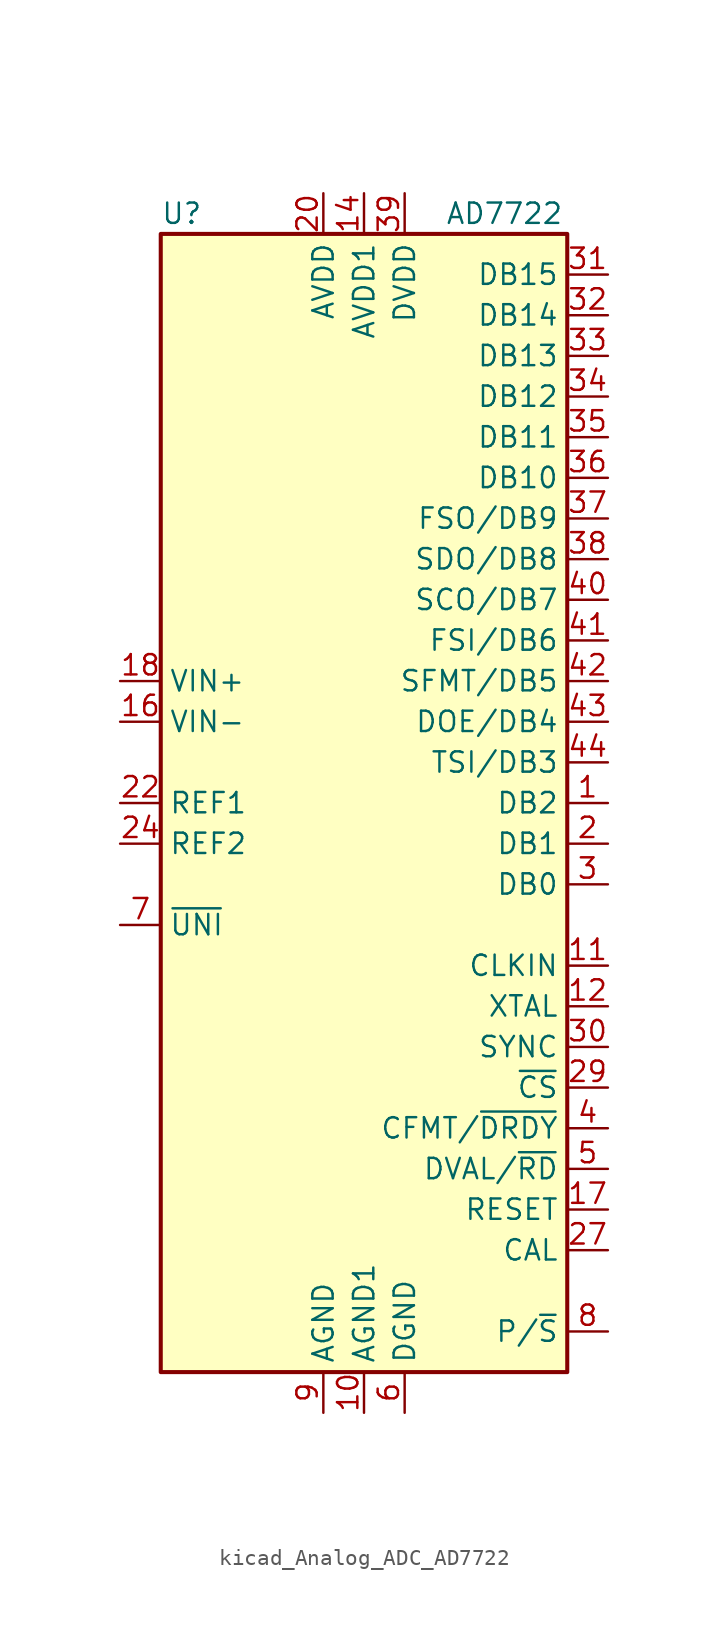
<source format=kicad_sym>
(kicad_symbol_lib
  (version 20220914)
  (generator kicad_symbol_editor)
  (symbol "kicad_Analog_ADC_AD7722"
    (property "Reference" "U"
      (at -12.7 36.83 0)
      (effects (font (size 1.27 1.27)) (justify left)))
    (property "Value" "AD7722"
      (at 5.08 36.83 0)
      (effects (font (size 1.27 1.27)) (justify left)))
    (symbol "kicad_Analog_ADC_AD7722_0_1"
      (rectangle (start -12.7 35.56) (end 12.7 -35.56) (stroke (width 0.254) (type default)) (fill (type background))))
    (symbol "kicad_Analog_ADC_AD7722_1_1"
      (pin input line (at 15.24 0 180) (length 2.54) (name "DB2" (effects (font (size 1.27 1.27)))) (number "1" (effects (font (size 1.27 1.27)))))
      (pin power_in line (at 0 -38.1 90) (length 2.54) (name "AGND1" (effects (font (size 1.27 1.27)))) (number "10" (effects (font (size 1.27 1.27)))))
      (pin input line (at 15.24 -10.16 180) (length 2.54) (name "CLKIN" (effects (font (size 1.27 1.27)))) (number "11" (effects (font (size 1.27 1.27)))))
      (pin output line (at 15.24 -12.7 180) (length 2.54) (name "XTAL" (effects (font (size 1.27 1.27)))) (number "12" (effects (font (size 1.27 1.27)))))
      (pin passive line (at -2.54 -38.1 90) (length 2.54) hide (name "AGND" (effects (font (size 1.27 1.27)))) (number "13" (effects (font (size 1.27 1.27)))))
      (pin power_in line (at 0 38.1 270) (length 2.54) (name "AVDD1" (effects (font (size 1.27 1.27)))) (number "14" (effects (font (size 1.27 1.27)))))
      (pin passive line (at -2.54 -38.1 90) (length 2.54) hide (name "AGND" (effects (font (size 1.27 1.27)))) (number "15" (effects (font (size 1.27 1.27)))))
      (pin input line (at -15.24 5.08 0) (length 2.54) (name "VIN-" (effects (font (size 1.27 1.27)))) (number "16" (effects (font (size 1.27 1.27)))))
      (pin input line (at 15.24 -25.4 180) (length 2.54) (name "RESET" (effects (font (size 1.27 1.27)))) (number "17" (effects (font (size 1.27 1.27)))))
      (pin input line (at -15.24 7.62 0) (length 2.54) (name "VIN+" (effects (font (size 1.27 1.27)))) (number "18" (effects (font (size 1.27 1.27)))))
      (pin passive line (at -2.54 -38.1 90) (length 2.54) hide (name "AGND" (effects (font (size 1.27 1.27)))) (number "19" (effects (font (size 1.27 1.27)))))
      (pin input line (at 15.24 -2.54 180) (length 2.54) (name "DB1" (effects (font (size 1.27 1.27)))) (number "2" (effects (font (size 1.27 1.27)))))
      (pin power_in line (at -2.54 38.1 270) (length 2.54) (name "AVDD" (effects (font (size 1.27 1.27)))) (number "20" (effects (font (size 1.27 1.27)))))
      (pin passive line (at -2.54 -38.1 90) (length 2.54) hide (name "AGND" (effects (font (size 1.27 1.27)))) (number "21" (effects (font (size 1.27 1.27)))))
      (pin power_out line (at -15.24 0 0) (length 2.54) (name "REF1" (effects (font (size 1.27 1.27)))) (number "22" (effects (font (size 1.27 1.27)))))
      (pin passive line (at -2.54 38.1 270) (length 2.54) hide (name "AVDD" (effects (font (size 1.27 1.27)))) (number "23" (effects (font (size 1.27 1.27)))))
      (pin power_out line (at -15.24 -2.54 0) (length 2.54) (name "REF2" (effects (font (size 1.27 1.27)))) (number "24" (effects (font (size 1.27 1.27)))))
      (pin passive line (at -2.54 -38.1 90) (length 2.54) hide (name "AGND" (effects (font (size 1.27 1.27)))) (number "25" (effects (font (size 1.27 1.27)))))
      (pin passive line (at -2.54 -38.1 90) (length 2.54) hide (name "AGND" (effects (font (size 1.27 1.27)))) (number "26" (effects (font (size 1.27 1.27)))))
      (pin input line (at 15.24 -27.94 180) (length 2.54) (name "CAL" (effects (font (size 1.27 1.27)))) (number "27" (effects (font (size 1.27 1.27)))))
      (pin passive line (at 2.54 -38.1 90) (length 2.54) hide (name "DGND" (effects (font (size 1.27 1.27)))) (number "28" (effects (font (size 1.27 1.27)))))
      (pin input line (at 15.24 -17.78 180) (length 2.54) (name "~{CS}" (effects (font (size 1.27 1.27)))) (number "29" (effects (font (size 1.27 1.27)))))
      (pin input line (at 15.24 -5.08 180) (length 2.54) (name "DB0" (effects (font (size 1.27 1.27)))) (number "3" (effects (font (size 1.27 1.27)))))
      (pin input line (at 15.24 -15.24 180) (length 2.54) (name "SYNC" (effects (font (size 1.27 1.27)))) (number "30" (effects (font (size 1.27 1.27)))))
      (pin output line (at 15.24 33.02 180) (length 2.54) (name "DB15" (effects (font (size 1.27 1.27)))) (number "31" (effects (font (size 1.27 1.27)))))
      (pin output line (at 15.24 30.48 180) (length 2.54) (name "DB14" (effects (font (size 1.27 1.27)))) (number "32" (effects (font (size 1.27 1.27)))))
      (pin output line (at 15.24 27.94 180) (length 2.54) (name "DB13" (effects (font (size 1.27 1.27)))) (number "33" (effects (font (size 1.27 1.27)))))
      (pin output line (at 15.24 25.4 180) (length 2.54) (name "DB12" (effects (font (size 1.27 1.27)))) (number "34" (effects (font (size 1.27 1.27)))))
      (pin output line (at 15.24 22.86 180) (length 2.54) (name "DB11" (effects (font (size 1.27 1.27)))) (number "35" (effects (font (size 1.27 1.27)))))
      (pin output line (at 15.24 20.32 180) (length 2.54) (name "DB10" (effects (font (size 1.27 1.27)))) (number "36" (effects (font (size 1.27 1.27)))))
      (pin output line (at 15.24 17.78 180) (length 2.54) (name "FSO/DB9" (effects (font (size 1.27 1.27)))) (number "37" (effects (font (size 1.27 1.27)))))
      (pin output line (at 15.24 15.24 180) (length 2.54) (name "SDO/DB8" (effects (font (size 1.27 1.27)))) (number "38" (effects (font (size 1.27 1.27)))))
      (pin power_in line (at 2.54 38.1 270) (length 2.54) (name "DVDD" (effects (font (size 1.27 1.27)))) (number "39" (effects (font (size 1.27 1.27)))))
      (pin input line (at 15.24 -20.32 180) (length 2.54) (name "CFMT/~{DRDY}" (effects (font (size 1.27 1.27)))) (number "4" (effects (font (size 1.27 1.27)))))
      (pin input line (at 15.24 12.7 180) (length 2.54) (name "SCO/DB7" (effects (font (size 1.27 1.27)))) (number "40" (effects (font (size 1.27 1.27)))))
      (pin input line (at 15.24 10.16 180) (length 2.54) (name "FSI/DB6" (effects (font (size 1.27 1.27)))) (number "41" (effects (font (size 1.27 1.27)))))
      (pin input line (at 15.24 7.62 180) (length 2.54) (name "SFMT/DB5" (effects (font (size 1.27 1.27)))) (number "42" (effects (font (size 1.27 1.27)))))
      (pin input line (at 15.24 5.08 180) (length 2.54) (name "DOE/DB4" (effects (font (size 1.27 1.27)))) (number "43" (effects (font (size 1.27 1.27)))))
      (pin input line (at 15.24 2.54 180) (length 2.54) (name "TSI/DB3" (effects (font (size 1.27 1.27)))) (number "44" (effects (font (size 1.27 1.27)))))
      (pin input line (at 15.24 -22.86 180) (length 2.54) (name "DVAL/~{RD}" (effects (font (size 1.27 1.27)))) (number "5" (effects (font (size 1.27 1.27)))))
      (pin power_in line (at 2.54 -38.1 90) (length 2.54) (name "DGND" (effects (font (size 1.27 1.27)))) (number "6" (effects (font (size 1.27 1.27)))))
      (pin input line (at -15.24 -7.62 0) (length 2.54) (name "~{UNI}" (effects (font (size 1.27 1.27)))) (number "7" (effects (font (size 1.27 1.27)))))
      (pin input line (at 15.24 -33.02 180) (length 2.54) (name "P/~{S}" (effects (font (size 1.27 1.27)))) (number "8" (effects (font (size 1.27 1.27)))))
      (pin power_in line (at -2.54 -38.1 90) (length 2.54) (name "AGND" (effects (font (size 1.27 1.27)))) (number "9" (effects (font (size 1.27 1.27))))))))
</source>
